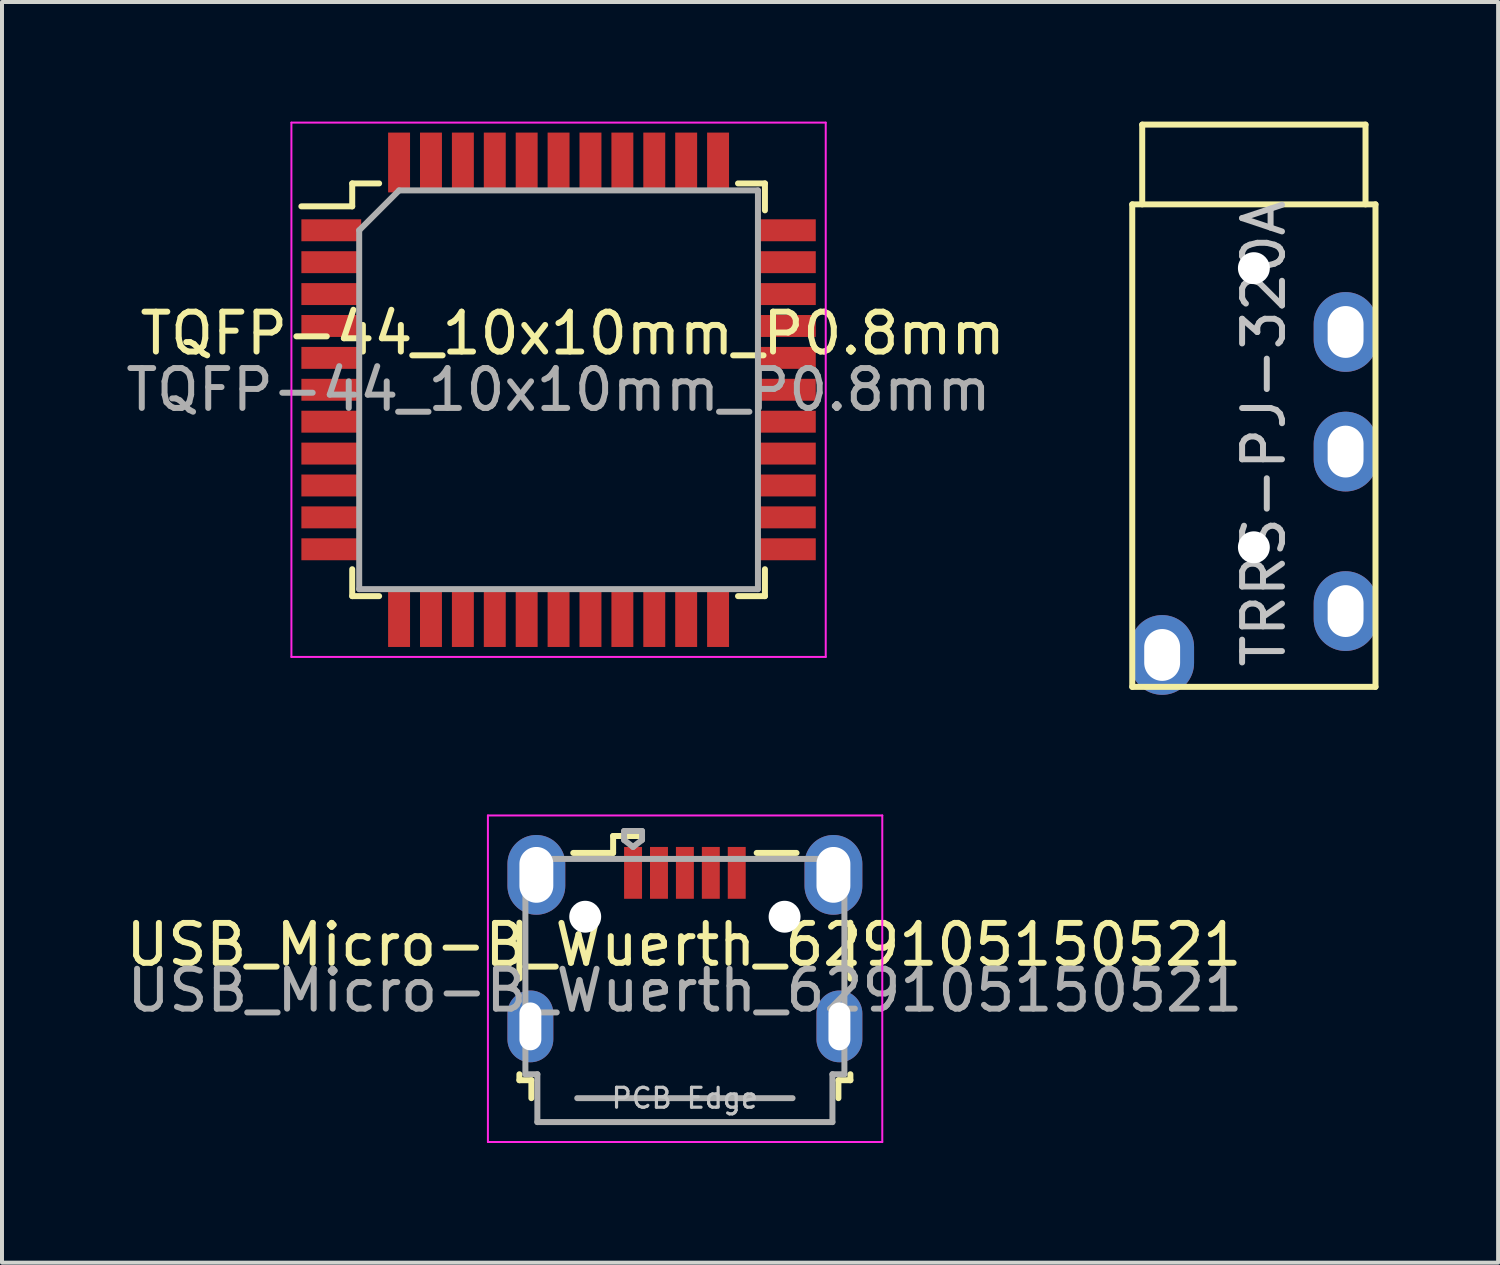
<source format=kicad_pcb>
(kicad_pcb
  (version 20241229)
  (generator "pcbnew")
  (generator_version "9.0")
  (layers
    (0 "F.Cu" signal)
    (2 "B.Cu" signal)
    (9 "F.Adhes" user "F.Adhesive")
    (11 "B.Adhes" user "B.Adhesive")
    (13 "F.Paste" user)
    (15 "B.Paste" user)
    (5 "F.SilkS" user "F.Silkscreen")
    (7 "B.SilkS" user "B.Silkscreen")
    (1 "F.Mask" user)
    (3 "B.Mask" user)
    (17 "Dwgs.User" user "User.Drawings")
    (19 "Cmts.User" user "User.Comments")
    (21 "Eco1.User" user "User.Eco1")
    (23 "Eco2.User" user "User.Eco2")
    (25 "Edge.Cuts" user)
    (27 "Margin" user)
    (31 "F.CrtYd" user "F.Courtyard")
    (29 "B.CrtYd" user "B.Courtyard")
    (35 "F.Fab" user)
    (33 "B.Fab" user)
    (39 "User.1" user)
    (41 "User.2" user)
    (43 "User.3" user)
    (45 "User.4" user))
  (footprint "TRRS-PJ-320A"
    (layer "F.Cu")
    (at 28.395 2.075)
    (property "Reference" "TRRS-PJ-320A" (at 0.25 5.75 90) (layer "Dwgs.User") (effects (font (size 1 1) (thickness 0.15))))
    (attr through_hole)
    (fp_line (start -3.05 0) (end -3.05 12.1) (stroke (width 0.15) (type solid)) (layer "F.SilkS"))
    (fp_line (start -2.8 0) (end -2.8 -2) (stroke (width 0.15) (type solid)) (layer "F.SilkS"))
    (fp_line (start 2.8 -2) (end -2.8 -2) (stroke (width 0.15) (type solid)) (layer "F.SilkS"))
    (fp_line (start 2.8 0) (end 2.8 -2) (stroke (width 0.15) (type solid)) (layer "F.SilkS"))
    (fp_line (start 3.05 0) (end -3.05 0) (stroke (width 0.15) (type solid)) (layer "F.SilkS"))
    (fp_line (start 3.05 0) (end 3.05 12.1) (stroke (width 0.15) (type solid)) (layer "F.SilkS"))
    (fp_line (start 3.05 12.1) (end -3.05 12.1) (stroke (width 0.15) (type solid)) (layer "F.SilkS"))
    (pad "" np_thru_hole circle (at 0 1.6) (size 0.8 0.8) (drill 0.8) (layers "*.Cu" "*.Mask"))
    (pad "" np_thru_hole circle (at 0 8.6) (size 0.8 0.8) (drill 0.8) (layers "*.Cu" "*.Mask"))
    (pad "1" thru_hole oval (at -2.3 11.3) (size 1.6 2) (drill oval 0.9 1.3) (layers "*.Cu" "*.Mask"))
    (pad "2" thru_hole oval (at 2.3 10.2) (size 1.6 2) (drill oval 0.9 1.3) (layers "*.Cu" "*.Mask"))
    (pad "3" thru_hole oval (at 2.3 6.2) (size 1.6 2) (drill oval 0.9 1.3) (layers "*.Cu" "*.Mask"))
    (pad "4" thru_hole oval (at 2.3 3.2) (size 1.6 2) (drill oval 0.9 1.3) (layers "*.Cu" "*.Mask")))
  (footprint "TQFP-44_10x10mm_P0.8mm"
    (layer "F.Cu")
    (at 10.958 6.725)
    (property "Reference" "TQFP-44_10x10mm_P0.8mm" (at 0.354 -1.414 0) (layer "F.SilkS") (effects (font (size 1 1) (thickness 0.15))))
    (attr smd)
    (fp_line (start -5.175 -5.175) (end -5.175 -4.6) (stroke (width 0.15) (type solid)) (layer "F.SilkS"))
    (fp_line (start -5.175 -5.175) (end -4.5 -5.175) (stroke (width 0.15) (type solid)) (layer "F.SilkS"))
    (fp_line (start -5.175 -4.6) (end -6.45 -4.6) (stroke (width 0.15) (type solid)) (layer "F.SilkS"))
    (fp_line (start -5.175 5.175) (end -5.175 4.5) (stroke (width 0.15) (type solid)) (layer "F.SilkS"))
    (fp_line (start -5.175 5.175) (end -4.5 5.175) (stroke (width 0.15) (type solid)) (layer "F.SilkS"))
    (fp_line (start 5.175 -5.175) (end 4.5 -5.175) (stroke (width 0.15) (type solid)) (layer "F.SilkS"))
    (fp_line (start 5.175 -5.175) (end 5.175 -4.5) (stroke (width 0.15) (type solid)) (layer "F.SilkS"))
    (fp_line (start 5.175 5.175) (end 4.5 5.175) (stroke (width 0.15) (type solid)) (layer "F.SilkS"))
    (fp_line (start 5.175 5.175) (end 5.175 4.5) (stroke (width 0.15) (type solid)) (layer "F.SilkS"))
    (fp_line (start -6.7 -6.7) (end -6.7 6.7) (stroke (width 0.05) (type solid)) (layer "F.CrtYd"))
    (fp_line (start -6.7 -6.7) (end 6.7 -6.7) (stroke (width 0.05) (type solid)) (layer "F.CrtYd"))
    (fp_line (start -6.7 6.7) (end 6.7 6.7) (stroke (width 0.05) (type solid)) (layer "F.CrtYd"))
    (fp_line (start 6.7 -6.7) (end 6.7 6.7) (stroke (width 0.05) (type solid)) (layer "F.CrtYd"))
    (fp_line (start -5 -4) (end -4 -5) (stroke (width 0.15) (type solid)) (layer "F.Fab"))
    (fp_line (start -5 5) (end -5 -4) (stroke (width 0.15) (type solid)) (layer "F.Fab"))
    (fp_line (start -4 -5) (end 5 -5) (stroke (width 0.15) (type solid)) (layer "F.Fab"))
    (fp_line (start 5 -5) (end 5 5) (stroke (width 0.15) (type solid)) (layer "F.Fab"))
    (fp_line (start 5 5) (end -5 5) (stroke (width 0.15) (type solid)) (layer "F.Fab"))
    (fp_text user "${REFERENCE}" (at 0 0 0) (layer "F.Fab") (effects (font (size 1 1) (thickness 0.15))))
    (pad "1" smd rect (at -5.7 -4) (size 1.5 0.55) (layers "F.Cu" "F.Mask" "F.Paste"))
    (pad "2" smd rect (at -5.7 -3.2) (size 1.5 0.55) (layers "F.Cu" "F.Mask" "F.Paste"))
    (pad "3" smd rect (at -5.7 -2.4) (size 1.5 0.55) (layers "F.Cu" "F.Mask" "F.Paste"))
    (pad "4" smd rect (at -5.7 -1.6) (size 1.5 0.55) (layers "F.Cu" "F.Mask" "F.Paste"))
    (pad "5" smd rect (at -5.7 -0.8) (size 1.5 0.55) (layers "F.Cu" "F.Mask" "F.Paste"))
    (pad "6" smd rect (at -5.7 0) (size 1.5 0.55) (layers "F.Cu" "F.Mask" "F.Paste"))
    (pad "7" smd rect (at -5.7 0.8) (size 1.5 0.55) (layers "F.Cu" "F.Mask" "F.Paste"))
    (pad "8" smd rect (at -5.7 1.6) (size 1.5 0.55) (layers "F.Cu" "F.Mask" "F.Paste"))
    (pad "9" smd rect (at -5.7 2.4) (size 1.5 0.55) (layers "F.Cu" "F.Mask" "F.Paste"))
    (pad "10" smd rect (at -5.7 3.2) (size 1.5 0.55) (layers "F.Cu" "F.Mask" "F.Paste"))
    (pad "11" smd rect (at -5.7 4) (size 1.5 0.55) (layers "F.Cu" "F.Mask" "F.Paste"))
    (pad "12" smd rect (at -4 5.7 90) (size 1.5 0.55) (layers "F.Cu" "F.Mask" "F.Paste"))
    (pad "13" smd rect (at -3.2 5.7 90) (size 1.5 0.55) (layers "F.Cu" "F.Mask" "F.Paste"))
    (pad "14" smd rect (at -2.4 5.7 90) (size 1.5 0.55) (layers "F.Cu" "F.Mask" "F.Paste"))
    (pad "15" smd rect (at -1.6 5.7 90) (size 1.5 0.55) (layers "F.Cu" "F.Mask" "F.Paste"))
    (pad "16" smd rect (at -0.8 5.7 90) (size 1.5 0.55) (layers "F.Cu" "F.Mask" "F.Paste"))
    (pad "17" smd rect (at 0 5.7 90) (size 1.5 0.55) (layers "F.Cu" "F.Mask" "F.Paste"))
    (pad "18" smd rect (at 0.8 5.7 90) (size 1.5 0.55) (layers "F.Cu" "F.Mask" "F.Paste"))
    (pad "19" smd rect (at 1.6 5.7 90) (size 1.5 0.55) (layers "F.Cu" "F.Mask" "F.Paste"))
    (pad "20" smd rect (at 2.4 5.7 90) (size 1.5 0.55) (layers "F.Cu" "F.Mask" "F.Paste"))
    (pad "21" smd rect (at 3.2 5.7 90) (size 1.5 0.55) (layers "F.Cu" "F.Mask" "F.Paste"))
    (pad "22" smd rect (at 4 5.7 90) (size 1.5 0.55) (layers "F.Cu" "F.Mask" "F.Paste"))
    (pad "23" smd rect (at 5.7 4) (size 1.5 0.55) (layers "F.Cu" "F.Mask" "F.Paste"))
    (pad "24" smd rect (at 5.7 3.2) (size 1.5 0.55) (layers "F.Cu" "F.Mask" "F.Paste"))
    (pad "25" smd rect (at 5.7 2.4) (size 1.5 0.55) (layers "F.Cu" "F.Mask" "F.Paste"))
    (pad "26" smd rect (at 5.7 1.6) (size 1.5 0.55) (layers "F.Cu" "F.Mask" "F.Paste"))
    (pad "27" smd rect (at 5.7 0.8) (size 1.5 0.55) (layers "F.Cu" "F.Mask" "F.Paste"))
    (pad "28" smd rect (at 5.7 0) (size 1.5 0.55) (layers "F.Cu" "F.Mask" "F.Paste"))
    (pad "29" smd rect (at 5.7 -0.8) (size 1.5 0.55) (layers "F.Cu" "F.Mask" "F.Paste"))
    (pad "30" smd rect (at 5.7 -1.6) (size 1.5 0.55) (layers "F.Cu" "F.Mask" "F.Paste"))
    (pad "31" smd rect (at 5.7 -2.4) (size 1.5 0.55) (layers "F.Cu" "F.Mask" "F.Paste"))
    (pad "32" smd rect (at 5.7 -3.2) (size 1.5 0.55) (layers "F.Cu" "F.Mask" "F.Paste"))
    (pad "33" smd rect (at 5.7 -4) (size 1.5 0.55) (layers "F.Cu" "F.Mask" "F.Paste"))
    (pad "34" smd rect (at 4 -5.7 90) (size 1.5 0.55) (layers "F.Cu" "F.Mask" "F.Paste"))
    (pad "35" smd rect (at 3.2 -5.7 90) (size 1.5 0.55) (layers "F.Cu" "F.Mask" "F.Paste"))
    (pad "36" smd rect (at 2.4 -5.7 90) (size 1.5 0.55) (layers "F.Cu" "F.Mask" "F.Paste"))
    (pad "37" smd rect (at 1.6 -5.7 90) (size 1.5 0.55) (layers "F.Cu" "F.Mask" "F.Paste"))
    (pad "38" smd rect (at 0.8 -5.7 90) (size 1.5 0.55) (layers "F.Cu" "F.Mask" "F.Paste"))
    (pad "39" smd rect (at 0 -5.7 90) (size 1.5 0.55) (layers "F.Cu" "F.Mask" "F.Paste"))
    (pad "40" smd rect (at -0.8 -5.7 90) (size 1.5 0.55) (layers "F.Cu" "F.Mask" "F.Paste"))
    (pad "41" smd rect (at -1.6 -5.7 90) (size 1.5 0.55) (layers "F.Cu" "F.Mask" "F.Paste"))
    (pad "42" smd rect (at -2.4 -5.7 90) (size 1.5 0.55) (layers "F.Cu" "F.Mask" "F.Paste"))
    (pad "43" smd rect (at -3.2 -5.7 90) (size 1.5 0.55) (layers "F.Cu" "F.Mask" "F.Paste"))
    (pad "44" smd rect (at -4 -5.7 90) (size 1.5 0.55) (layers "F.Cu" "F.Mask" "F.Paste")))
  (footprint "USB_Micro-B_Wuerth_629105150521"
    (layer "F.Cu")
    (at 14.126 20.74)
    (property "Reference" "USB_Micro-B_Wuerth_629105150521" (at -0.025 -0.1 0) (layer "F.SilkS") (effects (font (size 1 1) (thickness 0.15))))
    (attr smd)
    (fp_line (start -4.15 -0.65) (end -4.15 0.75) (stroke (width 0.15) (type solid)) (layer "F.SilkS"))
    (fp_line (start -4.15 3.15) (end -4.15 3.3) (stroke (width 0.15) (type solid)) (layer "F.SilkS"))
    (fp_line (start -4.15 3.3) (end -3.85 3.3) (stroke (width 0.15) (type solid)) (layer "F.SilkS"))
    (fp_line (start -3.85 3.3) (end -3.85 3.75) (stroke (width 0.15) (type solid)) (layer "F.SilkS"))
    (fp_line (start -1.8 -2.825) (end -1.8 -2.4) (stroke (width 0.15) (type solid)) (layer "F.SilkS"))
    (fp_line (start -1.8 -2.4) (end -2.8 -2.4) (stroke (width 0.15) (type solid)) (layer "F.SilkS"))
    (fp_line (start -1.075 -2.825) (end -1.8 -2.825) (stroke (width 0.15) (type solid)) (layer "F.SilkS"))
    (fp_line (start 1.8 -2.4) (end 2.8 -2.4) (stroke (width 0.15) (type solid)) (layer "F.SilkS"))
    (fp_line (start 3.85 3.3) (end 4.15 3.3) (stroke (width 0.15) (type solid)) (layer "F.SilkS"))
    (fp_line (start 3.85 3.75) (end 3.85 3.3) (stroke (width 0.15) (type solid)) (layer "F.SilkS"))
    (fp_line (start 4.15 0.75) (end 4.15 -0.65) (stroke (width 0.15) (type solid)) (layer "F.SilkS"))
    (fp_line (start 4.15 3.3) (end 4.15 3.15) (stroke (width 0.15) (type solid)) (layer "F.SilkS"))
    (fp_line (start -4.94 -3.34) (end -4.94 4.85) (stroke (width 0.05) (type solid)) (layer "F.CrtYd"))
    (fp_line (start -4.94 4.85) (end 4.95 4.85) (stroke (width 0.05) (type solid)) (layer "F.CrtYd"))
    (fp_line (start 4.95 -3.34) (end -4.94 -3.34) (stroke (width 0.05) (type solid)) (layer "F.CrtYd"))
    (fp_line (start 4.95 4.85) (end 4.95 -3.34) (stroke (width 0.05) (type solid)) (layer "F.CrtYd"))
    (fp_line (start -4 -2.25) (end -4 3.15) (stroke (width 0.15) (type solid)) (layer "F.Fab"))
    (fp_line (start -4 3.15) (end -3.7 3.15) (stroke (width 0.15) (type solid)) (layer "F.Fab"))
    (fp_line (start -3.7 3.15) (end -3.7 4.35) (stroke (width 0.15) (type solid)) (layer "F.Fab"))
    (fp_line (start -3.7 4.35) (end 3.7 4.35) (stroke (width 0.15) (type solid)) (layer "F.Fab"))
    (fp_line (start -2.7 3.75) (end 2.7 3.75) (stroke (width 0.15) (type solid)) (layer "F.Fab"))
    (fp_line (start -1.525 -2.95) (end -1.075 -2.95) (stroke (width 0.15) (type solid)) (layer "F.Fab"))
    (fp_line (start -1.525 -2.725) (end -1.525 -2.95) (stroke (width 0.15) (type solid)) (layer "F.Fab"))
    (fp_line (start -1.3 -2.55) (end -1.525 -2.725) (stroke (width 0.15) (type solid)) (layer "F.Fab"))
    (fp_line (start -1.075 -2.95) (end -1.075 -2.725) (stroke (width 0.15) (type solid)) (layer "F.Fab"))
    (fp_line (start -1.075 -2.725) (end -1.3 -2.55) (stroke (width 0.15) (type solid)) (layer "F.Fab"))
    (fp_line (start 3.7 3.15) (end 4 3.15) (stroke (width 0.15) (type solid)) (layer "F.Fab"))
    (fp_line (start 3.7 4.35) (end 3.7 3.15) (stroke (width 0.15) (type solid)) (layer "F.Fab"))
    (fp_line (start 4 -2.25) (end -4 -2.25) (stroke (width 0.15) (type solid)) (layer "F.Fab"))
    (fp_line (start 4 3.15) (end 4 -2.25) (stroke (width 0.15) (type solid)) (layer "F.Fab"))
    (fp_text user "PCB Edge" (at 0 3.75 0) (layer "Dwgs.User") (effects (font (size 0.5 0.5) (thickness 0.08))))
    (fp_text user "${REFERENCE}" (at 0 1.05 0) (layer "F.Fab") (effects (font (size 1 1) (thickness 0.15))))
    (pad "" np_thru_hole oval (at -2.5 -0.8) (size 0.8 0.8) (drill 0.8) (layers "*.Cu" "*.Mask"))
    (pad "" np_thru_hole oval (at 2.5 -0.8) (size 0.8 0.8) (drill 0.8) (layers "*.Cu" "*.Mask"))
    (pad "1" smd rect (at -1.3 -1.9) (size 0.45 1.3) (layers "F.Cu" "F.Mask" "F.Paste"))
    (pad "2" smd rect (at -0.65 -1.9) (size 0.45 1.3) (layers "F.Cu" "F.Mask" "F.Paste"))
    (pad "3" smd rect (at 0 -1.9) (size 0.45 1.3) (layers "F.Cu" "F.Mask" "F.Paste"))
    (pad "4" smd rect (at 0.65 -1.9) (size 0.45 1.3) (layers "F.Cu" "F.Mask" "F.Paste"))
    (pad "5" smd rect (at 1.3 -1.9) (size 0.45 1.3) (layers "F.Cu" "F.Mask" "F.Paste"))
    (pad "6" thru_hole oval (at -3.875 1.95) (size 1.15 1.8) (drill oval 0.55 1.2) (layers "*.Cu" "*.Mask"))
    (pad "6" thru_hole oval (at -3.725 -1.85) (size 1.45 2) (drill oval 0.85 1.4) (layers "*.Cu" "*.Mask"))
    (pad "6" thru_hole oval (at 3.725 -1.85) (size 1.45 2) (drill oval 0.85 1.4) (layers "*.Cu" "*.Mask"))
    (pad "6" thru_hole oval (at 3.875 1.95) (size 1.15 1.8) (drill oval 0.55 1.2) (layers "*.Cu" "*.Mask")))
  (gr_rect
    (start -3 -3)
    (end 34.52 28.615)
    (stroke (width 0.1) (type default))
    (fill no)
    (layer "Edge.Cuts")))
</source>
